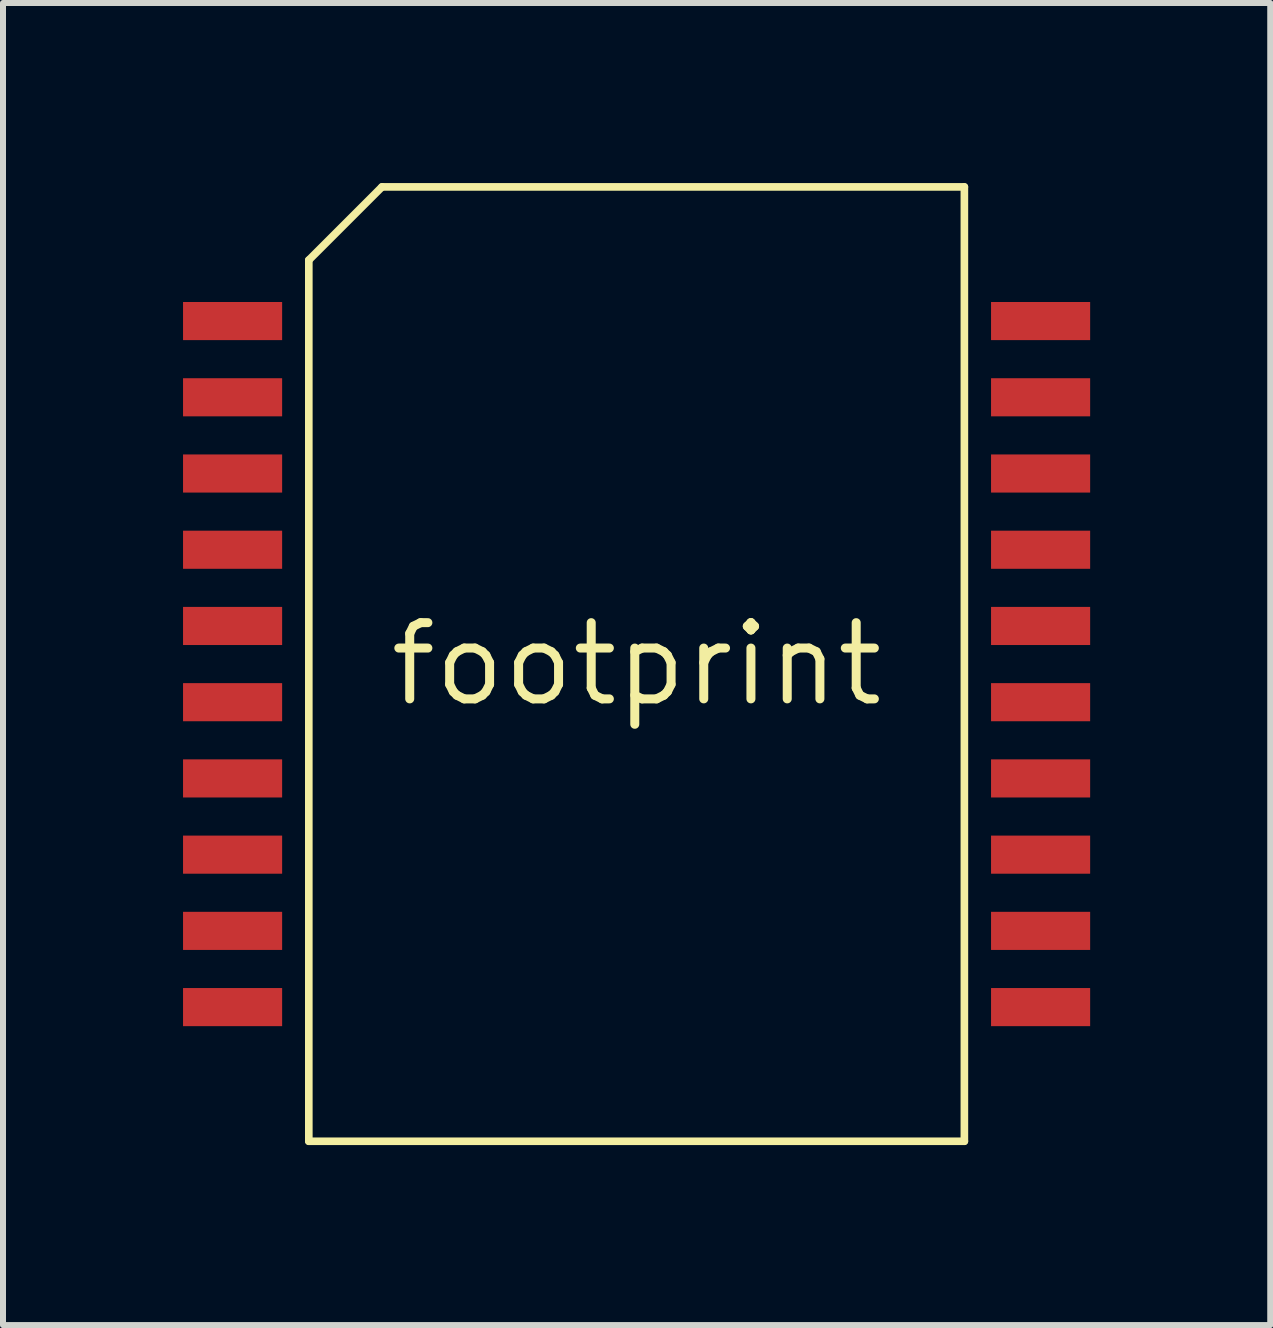
<source format=kicad_pcb>
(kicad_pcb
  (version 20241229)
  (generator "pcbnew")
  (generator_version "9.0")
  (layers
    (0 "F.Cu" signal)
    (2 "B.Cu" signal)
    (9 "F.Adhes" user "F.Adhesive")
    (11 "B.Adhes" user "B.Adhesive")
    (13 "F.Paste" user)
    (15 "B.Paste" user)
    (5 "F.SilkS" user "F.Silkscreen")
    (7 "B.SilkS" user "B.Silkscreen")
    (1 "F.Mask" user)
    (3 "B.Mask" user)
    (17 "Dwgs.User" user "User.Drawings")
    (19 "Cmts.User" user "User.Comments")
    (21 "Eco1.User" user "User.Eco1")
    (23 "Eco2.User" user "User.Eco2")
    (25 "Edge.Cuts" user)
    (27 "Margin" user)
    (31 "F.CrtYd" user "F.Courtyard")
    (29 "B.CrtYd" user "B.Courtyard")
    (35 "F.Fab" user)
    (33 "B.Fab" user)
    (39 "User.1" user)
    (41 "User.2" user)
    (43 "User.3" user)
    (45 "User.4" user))
  (footprint "footprint"
    (layer "F.Cu")
    (at 7.556 8.014)
    (property "Reference" "footprint" (at 0 0 0) (layer "F.SilkS") (effects (font (size 1.27 1.27) (thickness 0.15))))
    (fp_line (start -5.461 -6.731) (end -5.461 7.95) (stroke (width 0.127) (type solid)) (layer "F.SilkS"))
    (fp_line (start -5.461 -6.731) (end -4.242 -7.95) (stroke (width 0.127) (type solid)) (layer "F.SilkS"))
    (fp_line (start -5.461 7.95) (end 5.461 7.95) (stroke (width 0.127) (type solid)) (layer "F.SilkS"))
    (fp_line (start 5.461 -7.95) (end -4.242 -7.95) (stroke (width 0.127) (type solid)) (layer "F.SilkS"))
    (fp_line (start 5.461 -7.95) (end 5.461 7.95) (stroke (width 0.127) (type solid)) (layer "F.SilkS"))
    (pad "1" smd rect (at -6.731 -5.715) (size 1.651 0.635) (layers "F.Cu" "F.Mask" "F.Paste"))
    (pad "2" smd rect (at -6.731 -4.445) (size 1.651 0.635) (layers "F.Cu" "F.Mask" "F.Paste"))
    (pad "3" smd rect (at -6.731 -3.175) (size 1.651 0.635) (layers "F.Cu" "F.Mask" "F.Paste"))
    (pad "4" smd rect (at -6.731 -1.905) (size 1.651 0.635) (layers "F.Cu" "F.Mask" "F.Paste"))
    (pad "5" smd rect (at -6.731 -0.635) (size 1.651 0.635) (layers "F.Cu" "F.Mask" "F.Paste"))
    (pad "6" smd rect (at -6.731 0.635) (size 1.651 0.635) (layers "F.Cu" "F.Mask" "F.Paste"))
    (pad "7" smd rect (at -6.731 1.905) (size 1.651 0.635) (layers "F.Cu" "F.Mask" "F.Paste"))
    (pad "8" smd rect (at -6.731 3.175) (size 1.651 0.635) (layers "F.Cu" "F.Mask" "F.Paste"))
    (pad "9" smd rect (at -6.731 4.445) (size 1.651 0.635) (layers "F.Cu" "F.Mask" "F.Paste"))
    (pad "10" smd rect (at -6.731 5.715) (size 1.651 0.635) (layers "F.Cu" "F.Mask" "F.Paste"))
    (pad "11" smd rect (at 6.731 5.715) (size 1.651 0.635) (layers "F.Cu" "F.Mask" "F.Paste"))
    (pad "12" smd rect (at 6.731 4.445) (size 1.651 0.635) (layers "F.Cu" "F.Mask" "F.Paste"))
    (pad "13" smd rect (at 6.731 3.175) (size 1.651 0.635) (layers "F.Cu" "F.Mask" "F.Paste"))
    (pad "14" smd rect (at 6.731 1.905) (size 1.651 0.635) (layers "F.Cu" "F.Mask" "F.Paste"))
    (pad "15" smd rect (at 6.731 0.635) (size 1.651 0.635) (layers "F.Cu" "F.Mask" "F.Paste"))
    (pad "16" smd rect (at 6.731 -0.635) (size 1.651 0.635) (layers "F.Cu" "F.Mask" "F.Paste"))
    (pad "17" smd rect (at 6.731 -1.905) (size 1.651 0.635) (layers "F.Cu" "F.Mask" "F.Paste"))
    (pad "18" smd rect (at 6.731 -3.175) (size 1.651 0.635) (layers "F.Cu" "F.Mask" "F.Paste"))
    (pad "19" smd rect (at 6.731 -4.445) (size 1.651 0.635) (layers "F.Cu" "F.Mask" "F.Paste"))
    (pad "20" smd rect (at 6.731 -5.715) (size 1.651 0.635) (layers "F.Cu" "F.Mask" "F.Paste")))
  (gr_rect
    (start -3 -3)
    (end 18.113 19.027)
    (stroke (width 0.1) (type default))
    (fill no)
    (layer "Edge.Cuts")))
</source>
